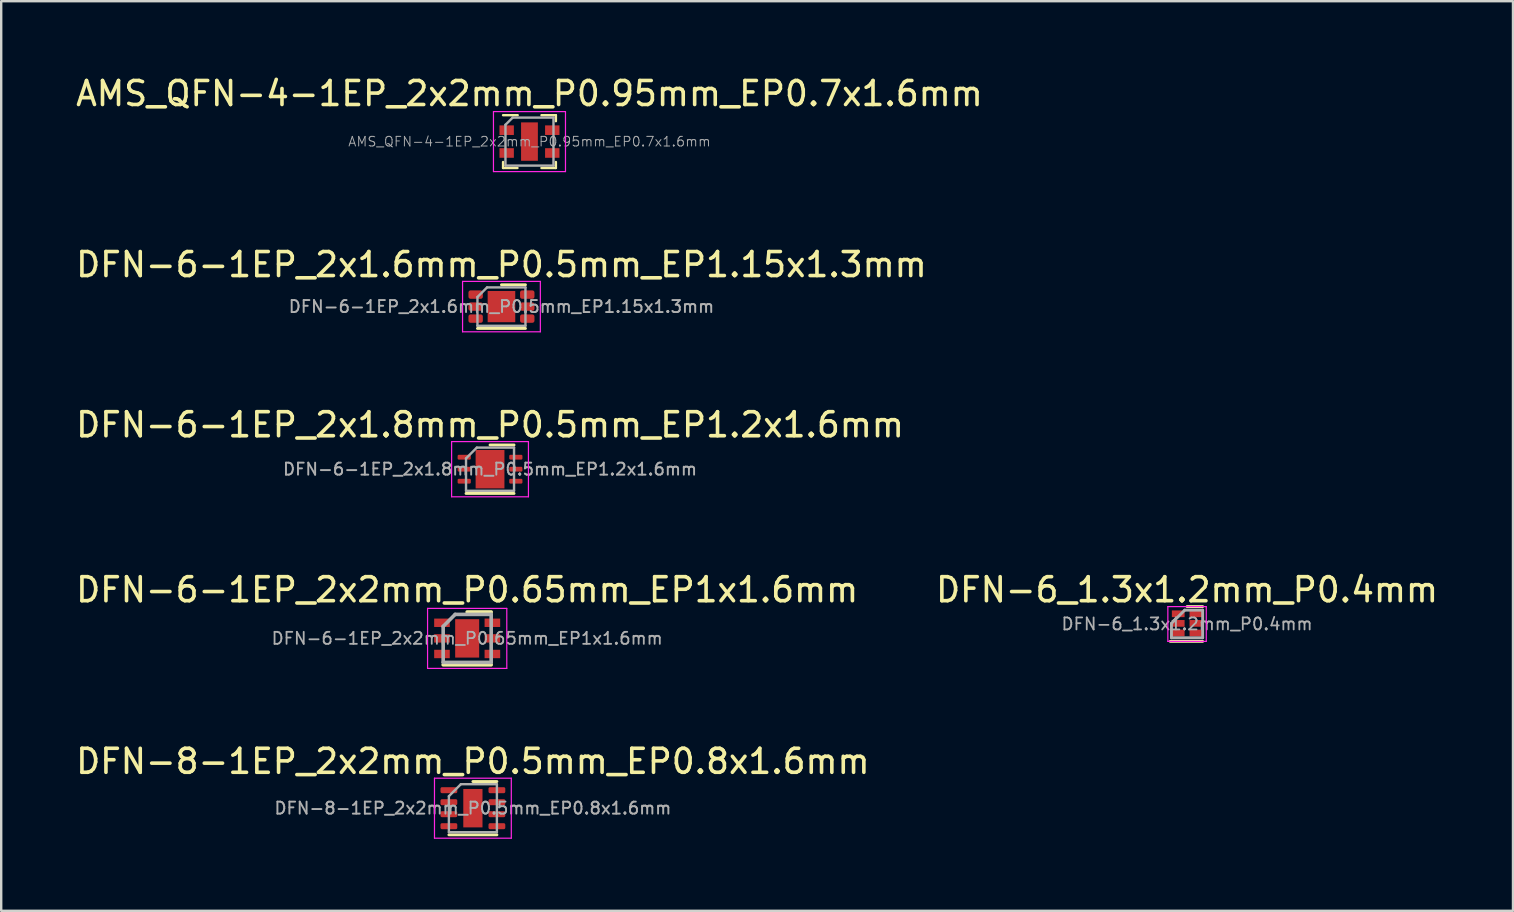
<source format=kicad_pcb>
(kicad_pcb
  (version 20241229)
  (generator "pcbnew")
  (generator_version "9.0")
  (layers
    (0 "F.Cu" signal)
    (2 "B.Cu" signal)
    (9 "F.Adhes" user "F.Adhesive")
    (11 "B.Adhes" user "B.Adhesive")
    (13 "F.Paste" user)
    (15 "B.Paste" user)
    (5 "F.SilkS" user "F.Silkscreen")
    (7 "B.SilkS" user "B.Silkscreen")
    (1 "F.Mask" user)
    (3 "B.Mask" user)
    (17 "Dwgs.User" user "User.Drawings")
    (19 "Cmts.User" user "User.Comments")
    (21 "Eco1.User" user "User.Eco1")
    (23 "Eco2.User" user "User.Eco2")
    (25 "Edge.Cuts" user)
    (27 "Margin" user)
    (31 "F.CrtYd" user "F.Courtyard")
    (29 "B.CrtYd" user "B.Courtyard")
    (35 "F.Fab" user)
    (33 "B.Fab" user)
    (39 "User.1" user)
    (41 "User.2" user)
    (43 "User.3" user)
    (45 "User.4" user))
  (footprint "AMS_QFN-4-1EP_2x2mm_P0.95mm_EP0.7x1.6mm"
    (layer "F.Cu")
    (at 19.006 2.848)
    (property "Reference" "AMS_QFN-4-1EP_2x2mm_P0.95mm_EP0.7x1.6mm" (at 0 -2 0) (layer "F.SilkS") (effects (font (size 1 1) (thickness 0.15))))
    (attr smd)
    (fp_line (start -1.1 1.1) (end -1.1 0.85) (stroke (width 0.1) (type solid)) (layer "F.SilkS"))
    (fp_line (start -1.1 1.1) (end -0.5 1.1) (stroke (width 0.1) (type solid)) (layer "F.SilkS"))
    (fp_line (start -0.49 -1.1) (end -1.1 -1.1) (stroke (width 0.1) (type solid)) (layer "F.SilkS"))
    (fp_line (start 1.1 -1.1) (end 0.5 -1.1) (stroke (width 0.1) (type solid)) (layer "F.SilkS"))
    (fp_line (start 1.1 -1.1) (end 1.1 -0.85) (stroke (width 0.1) (type solid)) (layer "F.SilkS"))
    (fp_line (start 1.1 1.1) (end 0.5 1.1) (stroke (width 0.1) (type solid)) (layer "F.SilkS"))
    (fp_line (start 1.1 1.1) (end 1.1 0.85) (stroke (width 0.1) (type solid)) (layer "F.SilkS"))
    (fp_line (start -1.5 -1.25) (end 1.5 -1.25) (stroke (width 0.05) (type solid)) (layer "F.CrtYd"))
    (fp_line (start -1.5 1.25) (end -1.5 -1.25) (stroke (width 0.05) (type solid)) (layer "F.CrtYd"))
    (fp_line (start 1.5 -1.25) (end 1.5 1.25) (stroke (width 0.05) (type solid)) (layer "F.CrtYd"))
    (fp_line (start 1.5 1.25) (end -1.5 1.25) (stroke (width 0.05) (type solid)) (layer "F.CrtYd"))
    (fp_line (start -1 -0.7) (end -0.7 -1) (stroke (width 0.1) (type solid)) (layer "F.Fab"))
    (fp_line (start -1 1) (end -1 -0.7) (stroke (width 0.1) (type solid)) (layer "F.Fab"))
    (fp_line (start -0.7 -1) (end 1 -1) (stroke (width 0.1) (type solid)) (layer "F.Fab"))
    (fp_line (start 1 -1) (end 1 1) (stroke (width 0.1) (type solid)) (layer "F.Fab"))
    (fp_line (start 1 1) (end -1 1) (stroke (width 0.1) (type solid)) (layer "F.Fab"))
    (fp_text user "${REFERENCE}" (at 0 0 0) (layer "F.Fab") (effects (font (size 0.4 0.4) (thickness 0.04))))
    (pad "" smd rect (at 0 0) (size 0.35 0.8) (layers "F.Paste"))
    (pad "1" smd rect (at -0.95 -0.475) (size 0.6 0.4) (layers "F.Cu" "F.Mask" "F.Paste"))
    (pad "2" smd rect (at -0.95 0.475) (size 0.6 0.4) (layers "F.Cu" "F.Mask" "F.Paste"))
    (pad "3" smd rect (at 0.95 0.475) (size 0.6 0.4) (layers "F.Cu" "F.Mask" "F.Paste"))
    (pad "4" smd rect (at 0.95 -0.475) (size 0.6 0.4) (layers "F.Cu" "F.Mask" "F.Paste"))
    (pad "5" smd rect (at 0 0) (size 0.7 1.6) (layers "F.Cu" "F.Mask")))
  (footprint "DFN-8-1EP_2x2mm_P0.5mm_EP0.8x1.6mm"
    (layer "F.Cu")
    (at 16.649 30.616)
    (property "Reference" "DFN-8-1EP_2x2mm_P0.5mm_EP0.8x1.6mm" (at 0 -1.95 0) (layer "F.SilkS") (effects (font (size 1 1) (thickness 0.15))))
    (attr smd)
    (fp_line (start -1 1.11) (end 1 1.11) (stroke (width 0.12) (type solid)) (layer "F.SilkS"))
    (fp_line (start 0 -1.11) (end 1 -1.11) (stroke (width 0.12) (type solid)) (layer "F.SilkS"))
    (fp_line (start -1.6 -1.25) (end -1.6 1.25) (stroke (width 0.05) (type solid)) (layer "F.CrtYd"))
    (fp_line (start -1.6 1.25) (end 1.6 1.25) (stroke (width 0.05) (type solid)) (layer "F.CrtYd"))
    (fp_line (start 1.6 -1.25) (end -1.6 -1.25) (stroke (width 0.05) (type solid)) (layer "F.CrtYd"))
    (fp_line (start 1.6 1.25) (end 1.6 -1.25) (stroke (width 0.05) (type solid)) (layer "F.CrtYd"))
    (fp_line (start -1 -0.5) (end -0.5 -1) (stroke (width 0.1) (type solid)) (layer "F.Fab"))
    (fp_line (start -1 1) (end -1 -0.5) (stroke (width 0.1) (type solid)) (layer "F.Fab"))
    (fp_line (start -0.5 -1) (end 1 -1) (stroke (width 0.1) (type solid)) (layer "F.Fab"))
    (fp_line (start 1 -1) (end 1 1) (stroke (width 0.1) (type solid)) (layer "F.Fab"))
    (fp_line (start 1 1) (end -1 1) (stroke (width 0.1) (type solid)) (layer "F.Fab"))
    (fp_text user "${REFERENCE}" (at 0 0 0) (layer "F.Fab") (effects (font (size 0.5 0.5) (thickness 0.08))))
    (pad "" smd roundrect (at 0 0) (size 0.64 1.29) (layers "F.Paste") (roundrect_rratio 0.25))
    (pad "1" smd roundrect (at -1 -0.75) (size 0.7 0.25) (layers "F.Cu" "F.Mask" "F.Paste") (roundrect_rratio 0.25))
    (pad "2" smd roundrect (at -1 -0.25) (size 0.7 0.25) (layers "F.Cu" "F.Mask" "F.Paste") (roundrect_rratio 0.25))
    (pad "3" smd roundrect (at -1 0.25) (size 0.7 0.25) (layers "F.Cu" "F.Mask" "F.Paste") (roundrect_rratio 0.25))
    (pad "4" smd roundrect (at -1 0.75) (size 0.7 0.25) (layers "F.Cu" "F.Mask" "F.Paste") (roundrect_rratio 0.25))
    (pad "5" smd roundrect (at 1 0.75) (size 0.7 0.25) (layers "F.Cu" "F.Mask" "F.Paste") (roundrect_rratio 0.25))
    (pad "6" smd roundrect (at 1 0.25) (size 0.7 0.25) (layers "F.Cu" "F.Mask" "F.Paste") (roundrect_rratio 0.25))
    (pad "7" smd roundrect (at 1 -0.25) (size 0.7 0.25) (layers "F.Cu" "F.Mask" "F.Paste") (roundrect_rratio 0.25))
    (pad "8" smd roundrect (at 1 -0.75) (size 0.7 0.25) (layers "F.Cu" "F.Mask" "F.Paste") (roundrect_rratio 0.25))
    (pad "9" smd rect (at 0 0) (size 0.8 1.6) (layers "F.Cu" "F.Mask")))
  (footprint "DFN-6-1EP_2x1.6mm_P0.5mm_EP1.15x1.3mm"
    (layer "F.Cu")
    (at 17.839 9.722)
    (property "Reference" "DFN-6-1EP_2x1.6mm_P0.5mm_EP1.15x1.3mm" (at 0 -1.75 0) (layer "F.SilkS") (effects (font (size 1 1) (thickness 0.15))))
    (attr smd)
    (fp_line (start -1 0.91) (end 1 0.91) (stroke (width 0.12) (type solid)) (layer "F.SilkS"))
    (fp_line (start 0 -0.91) (end 1 -0.91) (stroke (width 0.12) (type solid)) (layer "F.SilkS"))
    (fp_line (start -1.62 -1.05) (end -1.62 1.05) (stroke (width 0.05) (type solid)) (layer "F.CrtYd"))
    (fp_line (start -1.62 1.05) (end 1.62 1.05) (stroke (width 0.05) (type solid)) (layer "F.CrtYd"))
    (fp_line (start 1.62 -1.05) (end -1.62 -1.05) (stroke (width 0.05) (type solid)) (layer "F.CrtYd"))
    (fp_line (start 1.62 1.05) (end 1.62 -1.05) (stroke (width 0.05) (type solid)) (layer "F.CrtYd"))
    (fp_line (start -1 -0.4) (end -0.6 -0.8) (stroke (width 0.1) (type solid)) (layer "F.Fab"))
    (fp_line (start -1 0.8) (end -1 -0.4) (stroke (width 0.1) (type solid)) (layer "F.Fab"))
    (fp_line (start -0.6 -0.8) (end 1 -0.8) (stroke (width 0.1) (type solid)) (layer "F.Fab"))
    (fp_line (start 1 -0.8) (end 1 0.8) (stroke (width 0.1) (type solid)) (layer "F.Fab"))
    (fp_line (start 1 0.8) (end -1 0.8) (stroke (width 0.1) (type solid)) (layer "F.Fab"))
    (fp_text user "${REFERENCE}" (at 0 0 0) (layer "F.Fab") (effects (font (size 0.5 0.5) (thickness 0.08))))
    (pad "" smd roundrect (at 0 -0.325) (size 0.93 0.52) (layers "F.Paste") (roundrect_rratio 0.25))
    (pad "" smd roundrect (at 0 0.325) (size 0.93 0.52) (layers "F.Paste") (roundrect_rratio 0.25))
    (pad "1" smd roundrect (at -1.075 -0.5) (size 0.6 0.35) (layers "F.Cu" "F.Mask" "F.Paste") (roundrect_rratio 0.25))
    (pad "2" smd roundrect (at -1.075 0) (size 0.6 0.35) (layers "F.Cu" "F.Mask" "F.Paste") (roundrect_rratio 0.25))
    (pad "3" smd roundrect (at -1.075 0.5) (size 0.6 0.35) (layers "F.Cu" "F.Mask" "F.Paste") (roundrect_rratio 0.25))
    (pad "4" smd roundrect (at 1.075 0.5) (size 0.6 0.35) (layers "F.Cu" "F.Mask" "F.Paste") (roundrect_rratio 0.25))
    (pad "5" smd roundrect (at 1.075 0) (size 0.6 0.35) (layers "F.Cu" "F.Mask" "F.Paste") (roundrect_rratio 0.25))
    (pad "6" smd roundrect (at 1.075 -0.5) (size 0.6 0.35) (layers "F.Cu" "F.Mask" "F.Paste") (roundrect_rratio 0.25))
    (pad "7" smd rect (at 0 0) (size 1.15 1.3) (layers "F.Cu" "F.Mask")))
  (footprint "DFN-6-1EP_2x1.8mm_P0.5mm_EP1.2x1.6mm"
    (layer "F.Cu")
    (at 17.363 16.495)
    (property "Reference" "DFN-6-1EP_2x1.8mm_P0.5mm_EP1.2x1.6mm" (at 0 -1.85 0) (layer "F.SilkS") (effects (font (size 1 1) (thickness 0.15))))
    (attr smd)
    (fp_line (start -1 1.01) (end 1 1.01) (stroke (width 0.12) (type solid)) (layer "F.SilkS"))
    (fp_line (start 0 -1.01) (end 1 -1.01) (stroke (width 0.12) (type solid)) (layer "F.SilkS"))
    (fp_line (start -1.6 -1.15) (end -1.6 1.15) (stroke (width 0.05) (type solid)) (layer "F.CrtYd"))
    (fp_line (start -1.6 1.15) (end 1.6 1.15) (stroke (width 0.05) (type solid)) (layer "F.CrtYd"))
    (fp_line (start 1.6 -1.15) (end -1.6 -1.15) (stroke (width 0.05) (type solid)) (layer "F.CrtYd"))
    (fp_line (start 1.6 1.15) (end 1.6 -1.15) (stroke (width 0.05) (type solid)) (layer "F.CrtYd"))
    (fp_line (start -1 -0.45) (end -0.55 -0.9) (stroke (width 0.1) (type solid)) (layer "F.Fab"))
    (fp_line (start -1 0.9) (end -1 -0.45) (stroke (width 0.1) (type solid)) (layer "F.Fab"))
    (fp_line (start -0.55 -0.9) (end 1 -0.9) (stroke (width 0.1) (type solid)) (layer "F.Fab"))
    (fp_line (start 1 -0.9) (end 1 0.9) (stroke (width 0.1) (type solid)) (layer "F.Fab"))
    (fp_line (start 1 0.9) (end -1 0.9) (stroke (width 0.1) (type solid)) (layer "F.Fab"))
    (fp_text user "${REFERENCE}" (at 0 0 0) (layer "F.Fab") (effects (font (size 0.5 0.5) (thickness 0.08))))
    (pad "" smd roundrect (at -0.3 -0.4) (size 0.48 0.64) (layers "F.Paste") (roundrect_rratio 0.25))
    (pad "" smd roundrect (at -0.3 0.4) (size 0.48 0.64) (layers "F.Paste") (roundrect_rratio 0.25))
    (pad "" smd roundrect (at 0.3 -0.4) (size 0.48 0.64) (layers "F.Paste") (roundrect_rratio 0.25))
    (pad "" smd roundrect (at 0.3 0.4) (size 0.48 0.64) (layers "F.Paste") (roundrect_rratio 0.25))
    (pad "1" smd roundrect (at -1.075 -0.5) (size 0.55 0.2) (layers "F.Cu" "F.Mask" "F.Paste") (roundrect_rratio 0.25))
    (pad "2" smd roundrect (at -1.075 0) (size 0.55 0.2) (layers "F.Cu" "F.Mask" "F.Paste") (roundrect_rratio 0.25))
    (pad "3" smd roundrect (at -1.075 0.5) (size 0.55 0.2) (layers "F.Cu" "F.Mask" "F.Paste") (roundrect_rratio 0.25))
    (pad "4" smd roundrect (at 1.075 0.5) (size 0.55 0.2) (layers "F.Cu" "F.Mask" "F.Paste") (roundrect_rratio 0.25))
    (pad "5" smd roundrect (at 1.075 0) (size 0.55 0.2) (layers "F.Cu" "F.Mask" "F.Paste") (roundrect_rratio 0.25))
    (pad "6" smd roundrect (at 1.075 -0.5) (size 0.55 0.2) (layers "F.Cu" "F.Mask" "F.Paste") (roundrect_rratio 0.25))
    (pad "7" smd rect (at 0 0) (size 1.2 1.6) (layers "F.Cu" "F.Mask")))
  (footprint "DFN-6_1.3x1.2mm_P0.4mm"
    (layer "F.Cu")
    (at 46.399 22.918)
    (property "Reference" "DFN-6_1.3x1.2mm_P0.4mm" (at 0 -1.4 0) (layer "F.SilkS") (effects (font (size 1 1) (thickness 0.15))))
    (attr smd)
    (fp_line (start -0.7 0.75) (end 0.65 0.75) (stroke (width 0.12) (type solid)) (layer "F.SilkS"))
    (fp_line (start 0 -0.7) (end 0.65 -0.7) (stroke (width 0.12) (type solid)) (layer "F.SilkS"))
    (fp_line (start -0.8 -0.7) (end -0.8 0.75) (stroke (width 0.05) (type solid)) (layer "F.CrtYd"))
    (fp_line (start -0.8 -0.7) (end 0.8 -0.7) (stroke (width 0.05) (type solid)) (layer "F.CrtYd"))
    (fp_line (start 0.8 0.75) (end -0.8 0.75) (stroke (width 0.05) (type solid)) (layer "F.CrtYd"))
    (fp_line (start 0.8 0.75) (end 0.8 -0.7) (stroke (width 0.05) (type solid)) (layer "F.CrtYd"))
    (fp_line (start -0.65 0) (end -0.65 0.6) (stroke (width 0.12) (type solid)) (layer "F.Fab"))
    (fp_line (start -0.65 0.6) (end 0.65 0.6) (stroke (width 0.12) (type solid)) (layer "F.Fab"))
    (fp_line (start -0.1 -0.55) (end -0.65 0) (stroke (width 0.12) (type solid)) (layer "F.Fab"))
    (fp_line (start 0.65 -0.55) (end -0.1 -0.55) (stroke (width 0.12) (type solid)) (layer "F.Fab"))
    (fp_line (start 0.65 0.6) (end 0.65 -0.55) (stroke (width 0.12) (type solid)) (layer "F.Fab"))
    (fp_text user "${REFERENCE}" (at 0 0.025 0) (layer "F.Fab") (effects (font (size 0.5 0.5) (thickness 0.075))))
    (pad "1" smd rect (at -0.368 -0.4) (size 0.53 0.28) (layers "F.Cu" "F.Mask" "F.Paste"))
    (pad "2" smd rect (at -0.368 0) (size 0.53 0.28) (layers "F.Cu" "F.Mask" "F.Paste"))
    (pad "3" smd rect (at -0.368 0.4) (size 0.53 0.28) (layers "F.Cu" "F.Mask" "F.Paste"))
    (pad "4" smd rect (at 0.368 0.4) (size 0.53 0.28) (layers "F.Cu" "F.Mask" "F.Paste"))
    (pad "5" smd rect (at 0.368 0) (size 0.53 0.28) (layers "F.Cu" "F.Mask" "F.Paste"))
    (pad "6" smd rect (at 0.368 -0.4) (size 0.53 0.28) (layers "F.Cu" "F.Mask" "F.Paste")))
  (footprint "DFN-6-1EP_2x2mm_P0.65mm_EP1x1.6mm"
    (layer "F.Cu")
    (at 16.411 23.543)
    (property "Reference" "DFN-6-1EP_2x2mm_P0.65mm_EP1x1.6mm" (at 0 -2.025 0) (layer "F.SilkS") (effects (font (size 1 1) (thickness 0.15))))
    (attr smd)
    (fp_line (start -1 1.1) (end 1 1.1) (stroke (width 0.15) (type solid)) (layer "F.SilkS"))
    (fp_line (start 0 -1.1) (end 1 -1.1) (stroke (width 0.15) (type solid)) (layer "F.SilkS"))
    (fp_line (start -1.65 -1.25) (end -1.65 1.25) (stroke (width 0.05) (type solid)) (layer "F.CrtYd"))
    (fp_line (start -1.65 -1.25) (end 1.65 -1.25) (stroke (width 0.05) (type solid)) (layer "F.CrtYd"))
    (fp_line (start -1.65 1.25) (end 1.65 1.25) (stroke (width 0.05) (type solid)) (layer "F.CrtYd"))
    (fp_line (start 1.65 -1.25) (end 1.65 1.25) (stroke (width 0.05) (type solid)) (layer "F.CrtYd"))
    (fp_line (start -1 -0.5) (end -0.5 -1) (stroke (width 0.15) (type solid)) (layer "F.Fab"))
    (fp_line (start -1 1) (end -1 -0.5) (stroke (width 0.15) (type solid)) (layer "F.Fab"))
    (fp_line (start -0.5 -1) (end 1 -1) (stroke (width 0.15) (type solid)) (layer "F.Fab"))
    (fp_line (start 1 -1) (end 1 1) (stroke (width 0.15) (type solid)) (layer "F.Fab"))
    (fp_line (start 1 1) (end -1 1) (stroke (width 0.15) (type solid)) (layer "F.Fab"))
    (fp_text user "${REFERENCE}" (at 0 0 0) (layer "F.Fab") (effects (font (size 0.5 0.5) (thickness 0.075))))
    (pad "" smd rect (at 0 -0.4) (size 0.82 0.63) (layers "F.Paste"))
    (pad "" smd rect (at 0 0.4) (size 0.82 0.63) (layers "F.Paste"))
    (pad "1" smd rect (at -1.05 -0.65) (size 0.65 0.35) (layers "F.Cu" "F.Mask" "F.Paste"))
    (pad "2" smd rect (at -1.05 0) (size 0.65 0.35) (layers "F.Cu" "F.Mask" "F.Paste"))
    (pad "3" smd rect (at -1.05 0.65) (size 0.65 0.35) (layers "F.Cu" "F.Mask" "F.Paste"))
    (pad "4" smd rect (at 1.05 0.65) (size 0.65 0.35) (layers "F.Cu" "F.Mask" "F.Paste"))
    (pad "5" smd rect (at 1.05 0) (size 0.65 0.35) (layers "F.Cu" "F.Mask" "F.Paste"))
    (pad "6" smd rect (at 1.05 -0.65) (size 0.65 0.35) (layers "F.Cu" "F.Mask" "F.Paste"))
    (pad "7" smd rect (at 0 0) (size 1 1.6) (layers "F.Cu" "F.Mask")))
  (gr_rect
    (start -3 -3)
    (end 59.976 34.891)
    (stroke (width 0.1) (type default))
    (fill no)
    (layer "Edge.Cuts")))
</source>
